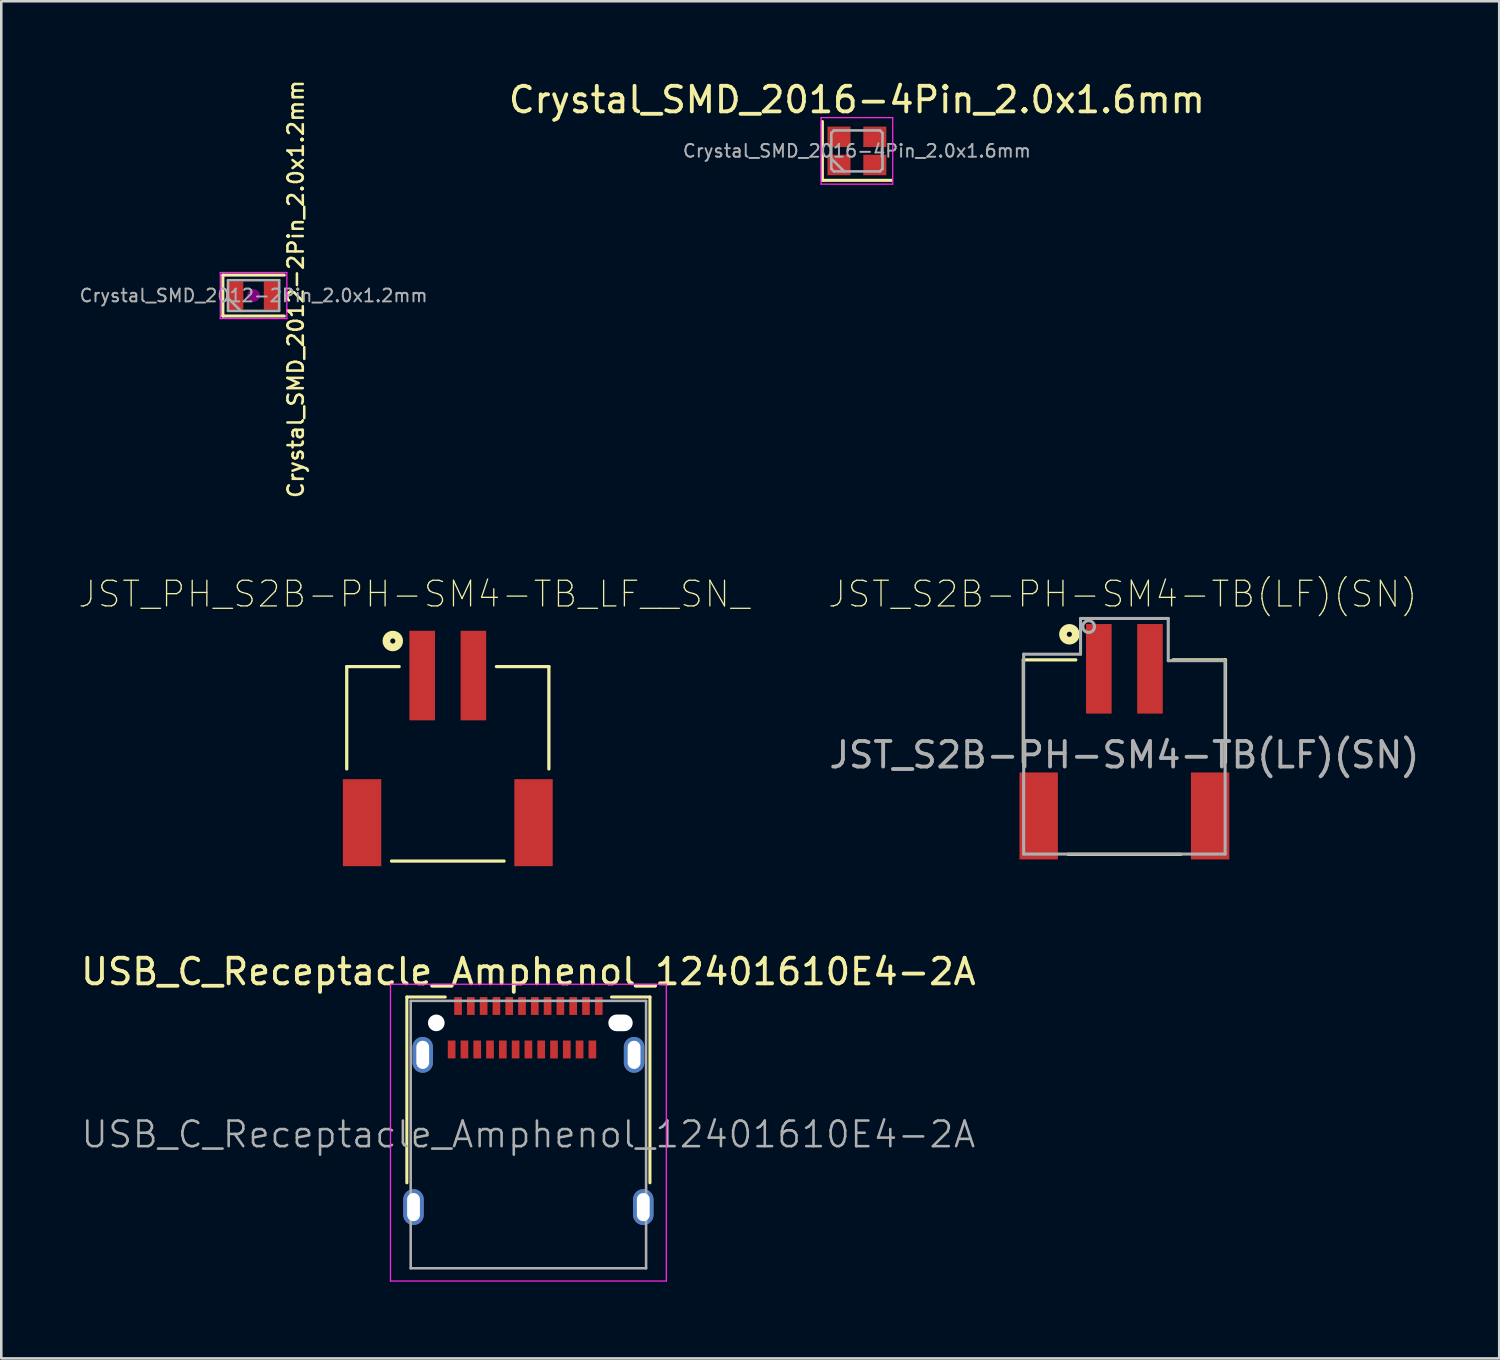
<source format=kicad_pcb>
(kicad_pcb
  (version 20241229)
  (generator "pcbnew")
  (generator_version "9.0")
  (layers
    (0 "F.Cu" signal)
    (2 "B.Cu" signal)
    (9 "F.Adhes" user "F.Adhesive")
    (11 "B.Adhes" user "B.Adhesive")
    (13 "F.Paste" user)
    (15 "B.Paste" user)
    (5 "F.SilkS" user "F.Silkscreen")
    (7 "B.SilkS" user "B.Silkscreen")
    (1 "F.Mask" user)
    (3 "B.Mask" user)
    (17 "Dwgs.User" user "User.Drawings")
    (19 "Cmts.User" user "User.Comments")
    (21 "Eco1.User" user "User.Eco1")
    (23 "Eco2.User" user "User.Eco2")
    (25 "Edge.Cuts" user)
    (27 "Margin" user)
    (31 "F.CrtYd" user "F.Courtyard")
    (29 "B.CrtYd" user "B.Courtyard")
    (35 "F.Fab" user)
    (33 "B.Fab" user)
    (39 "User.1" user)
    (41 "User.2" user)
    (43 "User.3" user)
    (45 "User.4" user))
  (footprint "Crystal_SMD_2012-2Pin_2.0x1.2mm"
    (layer "F.Cu")
    (at 6.86 8.501)
    (property "Reference" "Crystal_SMD_2012-2Pin_2.0x1.2mm" (at 1.651 -0.254 90) (layer "F.SilkS") (effects (font (size 0.6 0.6) (thickness 0.1))))
    (attr smd)
    (fp_line (start -1.2 -0.8) (end -1.2 0.8) (stroke (width 0.12) (type solid)) (layer "F.SilkS"))
    (fp_line (start -1.2 0.8) (end 1.2 0.8) (stroke (width 0.12) (type solid)) (layer "F.SilkS"))
    (fp_line (start 1.2 -0.8) (end -1.2 -0.8) (stroke (width 0.12) (type solid)) (layer "F.SilkS"))
    (fp_circle (center 0 0) (end 0.047 0) (stroke (width 0.093) (type solid)) (fill no) (layer "F.Adhes"))
    (fp_circle (center 0 0) (end 0.107 0) (stroke (width 0.067) (type solid)) (fill no) (layer "F.Adhes"))
    (fp_circle (center 0 0) (end 0.167 0) (stroke (width 0.067) (type solid)) (fill no) (layer "F.Adhes"))
    (fp_circle (center 0 0) (end 0.2 0) (stroke (width 0.1) (type solid)) (fill no) (layer "F.Adhes"))
    (fp_line (start -1.3 -0.9) (end -1.3 0.9) (stroke (width 0.05) (type solid)) (layer "F.CrtYd"))
    (fp_line (start -1.3 0.9) (end 1.3 0.9) (stroke (width 0.05) (type solid)) (layer "F.CrtYd"))
    (fp_line (start 1.3 -0.9) (end -1.3 -0.9) (stroke (width 0.05) (type solid)) (layer "F.CrtYd"))
    (fp_line (start 1.3 0.9) (end 1.3 -0.9) (stroke (width 0.05) (type solid)) (layer "F.CrtYd"))
    (fp_line (start -1 -0.6) (end -1 0.6) (stroke (width 0.1) (type solid)) (layer "F.Fab"))
    (fp_line (start -1 0.1) (end -0.5 0.6) (stroke (width 0.1) (type solid)) (layer "F.Fab"))
    (fp_line (start -1 0.6) (end 1 0.6) (stroke (width 0.1) (type solid)) (layer "F.Fab"))
    (fp_line (start 1 -0.6) (end -1 -0.6) (stroke (width 0.1) (type solid)) (layer "F.Fab"))
    (fp_line (start 1 0.6) (end 1 -0.6) (stroke (width 0.1) (type solid)) (layer "F.Fab"))
    (fp_text user "${REFERENCE}" (at 0 0 0) (layer "F.Fab") (effects (font (size 0.5 0.5) (thickness 0.075))))
    (pad "1" smd rect (at -0.7 0) (size 0.6 1.1) (layers "F.Cu" "F.Mask" "F.Paste"))
    (pad "2" smd rect (at 0.7 0) (size 0.6 1.1) (layers "F.Cu" "F.Mask" "F.Paste")))
  (footprint "JST_S2B-PH-SM4-TB(LF)(SN)"
    (layer "F.Cu")
    (at 40.894 23.089)
    (property "Reference" "JST_S2B-PH-SM4-TB(LF)(SN)" (at -0.064 -2.921 0) (layer "F.SilkS") (effects (font (size 1.002 1.002) (thickness 0.05))))
    (attr smd)
    (fp_line (start -3.95 -0.35) (end -3.95 3.65) (stroke (width 0.127) (type solid)) (layer "F.SilkS"))
    (fp_line (start -2.2 7.25) (end 2.2 7.25) (stroke (width 0.127) (type solid)) (layer "F.SilkS"))
    (fp_line (start -1.9 -0.35) (end -3.95 -0.35) (stroke (width 0.127) (type solid)) (layer "F.SilkS"))
    (fp_line (start 3.95 -0.35) (end 1.9 -0.35) (stroke (width 0.127) (type solid)) (layer "F.SilkS"))
    (fp_line (start 3.95 3.65) (end 3.95 -0.35) (stroke (width 0.127) (type solid)) (layer "F.SilkS"))
    (fp_circle (center -2.15 -1.35) (end -2.05 -1.35) (stroke (width 0.3) (type solid)) (fill no) (layer "F.SilkS"))
    (fp_line (start -4.35 -0.6) (end -1.75 -0.6) (stroke (width 0.05) (type solid)) (layer "Eco1.User"))
    (fp_line (start -4.35 7.7) (end -4.35 -0.6) (stroke (width 0.05) (type solid)) (layer "Eco1.User"))
    (fp_line (start -1.75 -2) (end 1.75 -2) (stroke (width 0.05) (type solid)) (layer "Eco1.User"))
    (fp_line (start -1.75 -0.6) (end -1.75 -2) (stroke (width 0.05) (type solid)) (layer "Eco1.User"))
    (fp_line (start 1.75 -2) (end 1.75 -0.6) (stroke (width 0.05) (type solid)) (layer "Eco1.User"))
    (fp_line (start 1.75 -0.6) (end 4.35 -0.6) (stroke (width 0.05) (type solid)) (layer "Eco1.User"))
    (fp_line (start 4.35 -0.6) (end 4.35 7.7) (stroke (width 0.05) (type solid)) (layer "Eco1.User"))
    (fp_line (start 4.35 7.7) (end -4.35 7.7) (stroke (width 0.05) (type solid)) (layer "Eco1.User"))
    (fp_line (start -3.95 -0.35) (end 3.95 -0.35) (stroke (width 0.127) (type solid)) (layer "Eco2.User"))
    (fp_line (start -3.95 7.25) (end -3.95 -0.35) (stroke (width 0.127) (type solid)) (layer "Eco2.User"))
    (fp_line (start 3.95 -0.35) (end 3.95 7.25) (stroke (width 0.127) (type solid)) (layer "Eco2.User"))
    (fp_line (start 3.95 7.25) (end -3.95 7.25) (stroke (width 0.127) (type solid)) (layer "Eco2.User"))
    (fp_circle (center -2.15 -1.35) (end -2.05 -1.35) (stroke (width 0.3) (type solid)) (fill no) (layer "Eco2.User"))
    (fp_line (start -3.937 -0.572) (end -3.937 -0.381) (stroke (width 0.12) (type solid)) (layer "F.Fab"))
    (fp_line (start -3.937 -0.381) (end -3.937 7.239) (stroke (width 0.12) (type solid)) (layer "F.Fab"))
    (fp_line (start -3.937 7.239) (end 3.937 7.239) (stroke (width 0.12) (type solid)) (layer "F.Fab"))
    (fp_line (start -1.714 -1.968) (end -1.714 -0.572) (stroke (width 0.12) (type solid)) (layer "F.Fab"))
    (fp_line (start -1.714 -0.572) (end -3.937 -0.572) (stroke (width 0.12) (type solid)) (layer "F.Fab"))
    (fp_line (start 1.714 -1.968) (end -1.714 -1.968) (stroke (width 0.12) (type solid)) (layer "F.Fab"))
    (fp_line (start 1.714 -0.318) (end 1.714 -1.968) (stroke (width 0.12) (type solid)) (layer "F.Fab"))
    (fp_line (start 3.937 -0.318) (end 1.714 -0.318) (stroke (width 0.12) (type solid)) (layer "F.Fab"))
    (fp_line (start 3.937 7.239) (end 3.937 -0.318) (stroke (width 0.12) (type solid)) (layer "F.Fab"))
    (fp_circle (center -1.397 -1.651) (end -1.27 -1.46) (stroke (width 0.12) (type solid)) (fill no) (layer "F.Fab"))
    (fp_text user "${REFERENCE}" (at 0 3.365 0) (layer "F.Fab") (effects (font (size 1 1) (thickness 0.15))))
    (pad "1" smd rect (at -1 0 180) (size 1 3.5) (layers "F.Cu" "F.Mask" "F.Paste"))
    (pad "2" smd rect (at 1 0 180) (size 1 3.5) (layers "F.Cu" "F.Mask" "F.Paste"))
    (pad "S1" smd rect (at -3.35 5.75 180) (size 1.5 3.4) (layers "F.Cu" "F.Mask" "F.Paste"))
    (pad "S1" smd rect (at 3.35 5.75 180) (size 1.5 3.4) (layers "F.Cu" "F.Mask" "F.Paste")))
  (footprint "USB_C_Receptacle_Amphenol_12401610E4-2A"
    (layer "F.Cu")
    (at 17.601 41.286)
    (property "Reference" "USB_C_Receptacle_Amphenol_12401610E4-2A" (at 0 -6.36 0) (layer "F.SilkS") (effects (font (size 1 1) (thickness 0.15))))
    (attr smd)
    (fp_line (start -4.75 -5.37) (end -4.75 1.89) (stroke (width 0.12) (type solid)) (layer "F.SilkS"))
    (fp_line (start -4.75 -5.37) (end -3.25 -5.37) (stroke (width 0.12) (type solid)) (layer "F.SilkS"))
    (fp_line (start 3.25 -5.37) (end 4.75 -5.37) (stroke (width 0.12) (type solid)) (layer "F.SilkS"))
    (fp_line (start 4.75 -5.37) (end 4.75 1.89) (stroke (width 0.12) (type solid)) (layer "F.SilkS"))
    (fp_line (start -5.39 -5.87) (end 5.39 -5.87) (stroke (width 0.05) (type solid)) (layer "F.CrtYd"))
    (fp_line (start -5.39 5.73) (end -5.39 -5.87) (stroke (width 0.05) (type solid)) (layer "F.CrtYd"))
    (fp_line (start 5.39 -5.87) (end 5.39 5.73) (stroke (width 0.05) (type solid)) (layer "F.CrtYd"))
    (fp_line (start 5.39 5.73) (end -5.39 5.73) (stroke (width 0.05) (type solid)) (layer "F.CrtYd"))
    (fp_line (start -4.6 -5.22) (end 4.6 -5.22) (stroke (width 0.1) (type solid)) (layer "F.Fab"))
    (fp_line (start -4.6 5.23) (end -4.6 -5.22) (stroke (width 0.1) (type solid)) (layer "F.Fab"))
    (fp_line (start -4.6 5.23) (end 4.6 5.23) (stroke (width 0.1) (type solid)) (layer "F.Fab"))
    (fp_line (start 4.6 5.23) (end 4.6 -5.22) (stroke (width 0.1) (type solid)) (layer "F.Fab"))
    (fp_text user "${REFERENCE}" (at 0 0 0) (layer "F.Fab") (effects (font (size 1 1) (thickness 0.1))))
    (pad "" np_thru_hole circle (at -3.6 -4.36) (size 0.65 0.65) (drill 0.65) (layers "*.Cu" "*.Mask"))
    (pad "" np_thru_hole oval (at 3.6 -4.36) (size 0.95 0.65) (drill oval 0.95 0.65) (layers "*.Cu" "*.Mask"))
    (pad "A1" smd rect (at -2.75 -5.02) (size 0.3 0.7) (layers "F.Cu" "F.Mask" "F.Paste"))
    (pad "A2" smd rect (at -2.25 -5.02) (size 0.3 0.7) (layers "F.Cu" "F.Mask" "F.Paste"))
    (pad "A3" smd rect (at -1.75 -5.02) (size 0.3 0.7) (layers "F.Cu" "F.Mask" "F.Paste"))
    (pad "A4" smd rect (at -1.25 -5.02) (size 0.3 0.7) (layers "F.Cu" "F.Mask" "F.Paste"))
    (pad "A5" smd rect (at -0.75 -5.02) (size 0.3 0.7) (layers "F.Cu" "F.Mask" "F.Paste"))
    (pad "A6" smd rect (at -0.25 -5.02) (size 0.3 0.7) (layers "F.Cu" "F.Mask" "F.Paste"))
    (pad "A7" smd rect (at 0.25 -5.02) (size 0.3 0.7) (layers "F.Cu" "F.Mask" "F.Paste"))
    (pad "A8" smd rect (at 0.75 -5.02) (size 0.3 0.7) (layers "F.Cu" "F.Mask" "F.Paste"))
    (pad "A9" smd rect (at 1.25 -5.02) (size 0.3 0.7) (layers "F.Cu" "F.Mask" "F.Paste"))
    (pad "A10" smd rect (at 1.75 -5.02) (size 0.3 0.7) (layers "F.Cu" "F.Mask" "F.Paste"))
    (pad "A11" smd rect (at 2.25 -5.02) (size 0.3 0.7) (layers "F.Cu" "F.Mask" "F.Paste"))
    (pad "A12" smd rect (at 2.75 -5.02) (size 0.3 0.7) (layers "F.Cu" "F.Mask" "F.Paste"))
    (pad "B1" smd rect (at 2.5 -3.32) (size 0.3 0.7) (layers "F.Cu" "F.Mask" "F.Paste"))
    (pad "B2" smd rect (at 2 -3.32) (size 0.3 0.7) (layers "F.Cu" "F.Mask" "F.Paste"))
    (pad "B3" smd rect (at 1.5 -3.32) (size 0.3 0.7) (layers "F.Cu" "F.Mask" "F.Paste"))
    (pad "B4" smd rect (at 1 -3.32) (size 0.3 0.7) (layers "F.Cu" "F.Mask" "F.Paste"))
    (pad "B5" smd rect (at 0.5 -3.32) (size 0.3 0.7) (layers "F.Cu" "F.Mask" "F.Paste"))
    (pad "B6" smd rect (at 0 -3.32) (size 0.3 0.7) (layers "F.Cu" "F.Mask" "F.Paste"))
    (pad "B7" smd rect (at -0.5 -3.32) (size 0.3 0.7) (layers "F.Cu" "F.Mask" "F.Paste"))
    (pad "B8" smd rect (at -1 -3.32) (size 0.3 0.7) (layers "F.Cu" "F.Mask" "F.Paste"))
    (pad "B9" smd rect (at -1.5 -3.32) (size 0.3 0.7) (layers "F.Cu" "F.Mask" "F.Paste"))
    (pad "B10" smd rect (at -2 -3.32) (size 0.3 0.7) (layers "F.Cu" "F.Mask" "F.Paste"))
    (pad "B11" smd rect (at -2.5 -3.32) (size 0.3 0.7) (layers "F.Cu" "F.Mask" "F.Paste"))
    (pad "B12" smd rect (at -3 -3.32) (size 0.3 0.7) (layers "F.Cu" "F.Mask" "F.Paste"))
    (pad "S1" thru_hole oval (at -4.49 2.84) (size 0.8 1.4) (drill oval 0.5 1.1) (layers "*.Cu" "*.Mask"))
    (pad "S1" thru_hole oval (at -4.13 -3.11) (size 0.8 1.4) (drill oval 0.5 1.1) (layers "*.Cu" "*.Mask"))
    (pad "S1" thru_hole oval (at 4.13 -3.11) (size 0.8 1.4) (drill oval 0.5 1.1) (layers "*.Cu" "*.Mask"))
    (pad "S1" thru_hole oval (at 4.49 2.84) (size 0.8 1.4) (drill oval 0.5 1.1) (layers "*.Cu" "*.Mask")))
  (footprint "Crystal_SMD_2016-4Pin_2.0x1.6mm"
    (layer "F.Cu")
    (at 30.44 2.848)
    (property "Reference" "Crystal_SMD_2016-4Pin_2.0x1.6mm" (at 0 -2 0) (layer "F.SilkS") (effects (font (size 1 1) (thickness 0.15))))
    (attr smd)
    (fp_line (start -1.35 -1.15) (end -1.35 1.15) (stroke (width 0.12) (type solid)) (layer "F.SilkS"))
    (fp_line (start -1.35 1.15) (end 1.35 1.15) (stroke (width 0.12) (type solid)) (layer "F.SilkS"))
    (fp_line (start -1.4 -1.3) (end -1.4 1.3) (stroke (width 0.05) (type solid)) (layer "F.CrtYd"))
    (fp_line (start -1.4 1.3) (end 1.4 1.3) (stroke (width 0.05) (type solid)) (layer "F.CrtYd"))
    (fp_line (start 1.4 -1.3) (end -1.4 -1.3) (stroke (width 0.05) (type solid)) (layer "F.CrtYd"))
    (fp_line (start 1.4 1.3) (end 1.4 -1.3) (stroke (width 0.05) (type solid)) (layer "F.CrtYd"))
    (fp_line (start -1 -0.7) (end -0.9 -0.8) (stroke (width 0.1) (type solid)) (layer "F.Fab"))
    (fp_line (start -1 0.3) (end -0.5 0.8) (stroke (width 0.1) (type solid)) (layer "F.Fab"))
    (fp_line (start -1 0.7) (end -1 -0.7) (stroke (width 0.1) (type solid)) (layer "F.Fab"))
    (fp_line (start -0.9 -0.8) (end 0.9 -0.8) (stroke (width 0.1) (type solid)) (layer "F.Fab"))
    (fp_line (start -0.9 0.8) (end -1 0.7) (stroke (width 0.1) (type solid)) (layer "F.Fab"))
    (fp_line (start 0.9 -0.8) (end 1 -0.7) (stroke (width 0.1) (type solid)) (layer "F.Fab"))
    (fp_line (start 0.9 0.8) (end -0.9 0.8) (stroke (width 0.1) (type solid)) (layer "F.Fab"))
    (fp_line (start 1 -0.7) (end 1 0.7) (stroke (width 0.1) (type solid)) (layer "F.Fab"))
    (fp_line (start 1 0.7) (end 0.9 0.8) (stroke (width 0.1) (type solid)) (layer "F.Fab"))
    (fp_text user "${REFERENCE}" (at 0 0 0) (layer "F.Fab") (effects (font (size 0.5 0.5) (thickness 0.075))))
    (pad "1" smd rect (at -0.7 0.55) (size 0.9 0.8) (layers "F.Cu" "F.Mask" "F.Paste"))
    (pad "2" smd rect (at 0.7 0.55) (size 0.9 0.8) (layers "F.Cu" "F.Mask" "F.Paste"))
    (pad "3" smd rect (at 0.7 -0.55) (size 0.9 0.8) (layers "F.Cu" "F.Mask" "F.Paste"))
    (pad "4" smd rect (at -0.7 -0.55) (size 0.9 0.8) (layers "F.Cu" "F.Mask" "F.Paste")))
  (footprint "JST_PH_S2B-PH-SM4-TB_LF__SN_"
    (layer "F.Cu")
    (at 14.451 23.352)
    (property "Reference" "JST_PH_S2B-PH-SM4-TB_LF__SN_" (at -1.329 -3.184 0) (layer "F.SilkS") (effects (font (size 1.002 1.002) (thickness 0.05))))
    (attr smd)
    (fp_line (start -3.95 -0.35) (end -3.95 3.65) (stroke (width 0.127) (type solid)) (layer "F.SilkS"))
    (fp_line (start -2.2 7.25) (end 2.2 7.25) (stroke (width 0.127) (type solid)) (layer "F.SilkS"))
    (fp_line (start -1.9 -0.35) (end -3.95 -0.35) (stroke (width 0.127) (type solid)) (layer "F.SilkS"))
    (fp_line (start 3.95 -0.35) (end 1.9 -0.35) (stroke (width 0.127) (type solid)) (layer "F.SilkS"))
    (fp_line (start 3.95 3.65) (end 3.95 -0.35) (stroke (width 0.127) (type solid)) (layer "F.SilkS"))
    (fp_circle (center -2.15 -1.35) (end -2.05 -1.35) (stroke (width 0.3) (type solid)) (fill no) (layer "F.SilkS"))
    (fp_line (start -4.35 -0.6) (end -1.75 -0.6) (stroke (width 0.05) (type solid)) (layer "Eco1.User"))
    (fp_line (start -4.35 7.7) (end -4.35 -0.6) (stroke (width 0.05) (type solid)) (layer "Eco1.User"))
    (fp_line (start -1.75 -2) (end 1.75 -2) (stroke (width 0.05) (type solid)) (layer "Eco1.User"))
    (fp_line (start -1.75 -0.6) (end -1.75 -2) (stroke (width 0.05) (type solid)) (layer "Eco1.User"))
    (fp_line (start 1.75 -2) (end 1.75 -0.6) (stroke (width 0.05) (type solid)) (layer "Eco1.User"))
    (fp_line (start 1.75 -0.6) (end 4.35 -0.6) (stroke (width 0.05) (type solid)) (layer "Eco1.User"))
    (fp_line (start 4.35 -0.6) (end 4.35 7.7) (stroke (width 0.05) (type solid)) (layer "Eco1.User"))
    (fp_line (start 4.35 7.7) (end -4.35 7.7) (stroke (width 0.05) (type solid)) (layer "Eco1.User"))
    (fp_line (start -3.95 -0.35) (end 3.95 -0.35) (stroke (width 0.127) (type solid)) (layer "Eco2.User"))
    (fp_line (start -3.95 7.25) (end -3.95 -0.35) (stroke (width 0.127) (type solid)) (layer "Eco2.User"))
    (fp_line (start 3.95 -0.35) (end 3.95 7.25) (stroke (width 0.127) (type solid)) (layer "Eco2.User"))
    (fp_line (start 3.95 7.25) (end -3.95 7.25) (stroke (width 0.127) (type solid)) (layer "Eco2.User"))
    (fp_circle (center -2.15 -1.35) (end -2.05 -1.35) (stroke (width 0.3) (type solid)) (fill no) (layer "Eco2.User"))
    (pad "1" smd rect (at -1 0 180) (size 1 3.5) (layers "F.Cu" "F.Mask" "F.Paste"))
    (pad "2" smd rect (at 1 0 180) (size 1 3.5) (layers "F.Cu" "F.Mask" "F.Paste"))
    (pad "S1" smd rect (at -3.35 5.75 180) (size 1.5 3.4) (layers "F.Cu" "F.Mask" "F.Paste"))
    (pad "S1" smd rect (at 3.35 5.75 180) (size 1.5 3.4) (layers "F.Cu" "F.Mask" "F.Paste")))
  (gr_rect
    (start -3 -3)
    (end 55.543 50.041)
    (stroke (width 0.1) (type default))
    (fill no)
    (layer "Edge.Cuts")))
</source>
